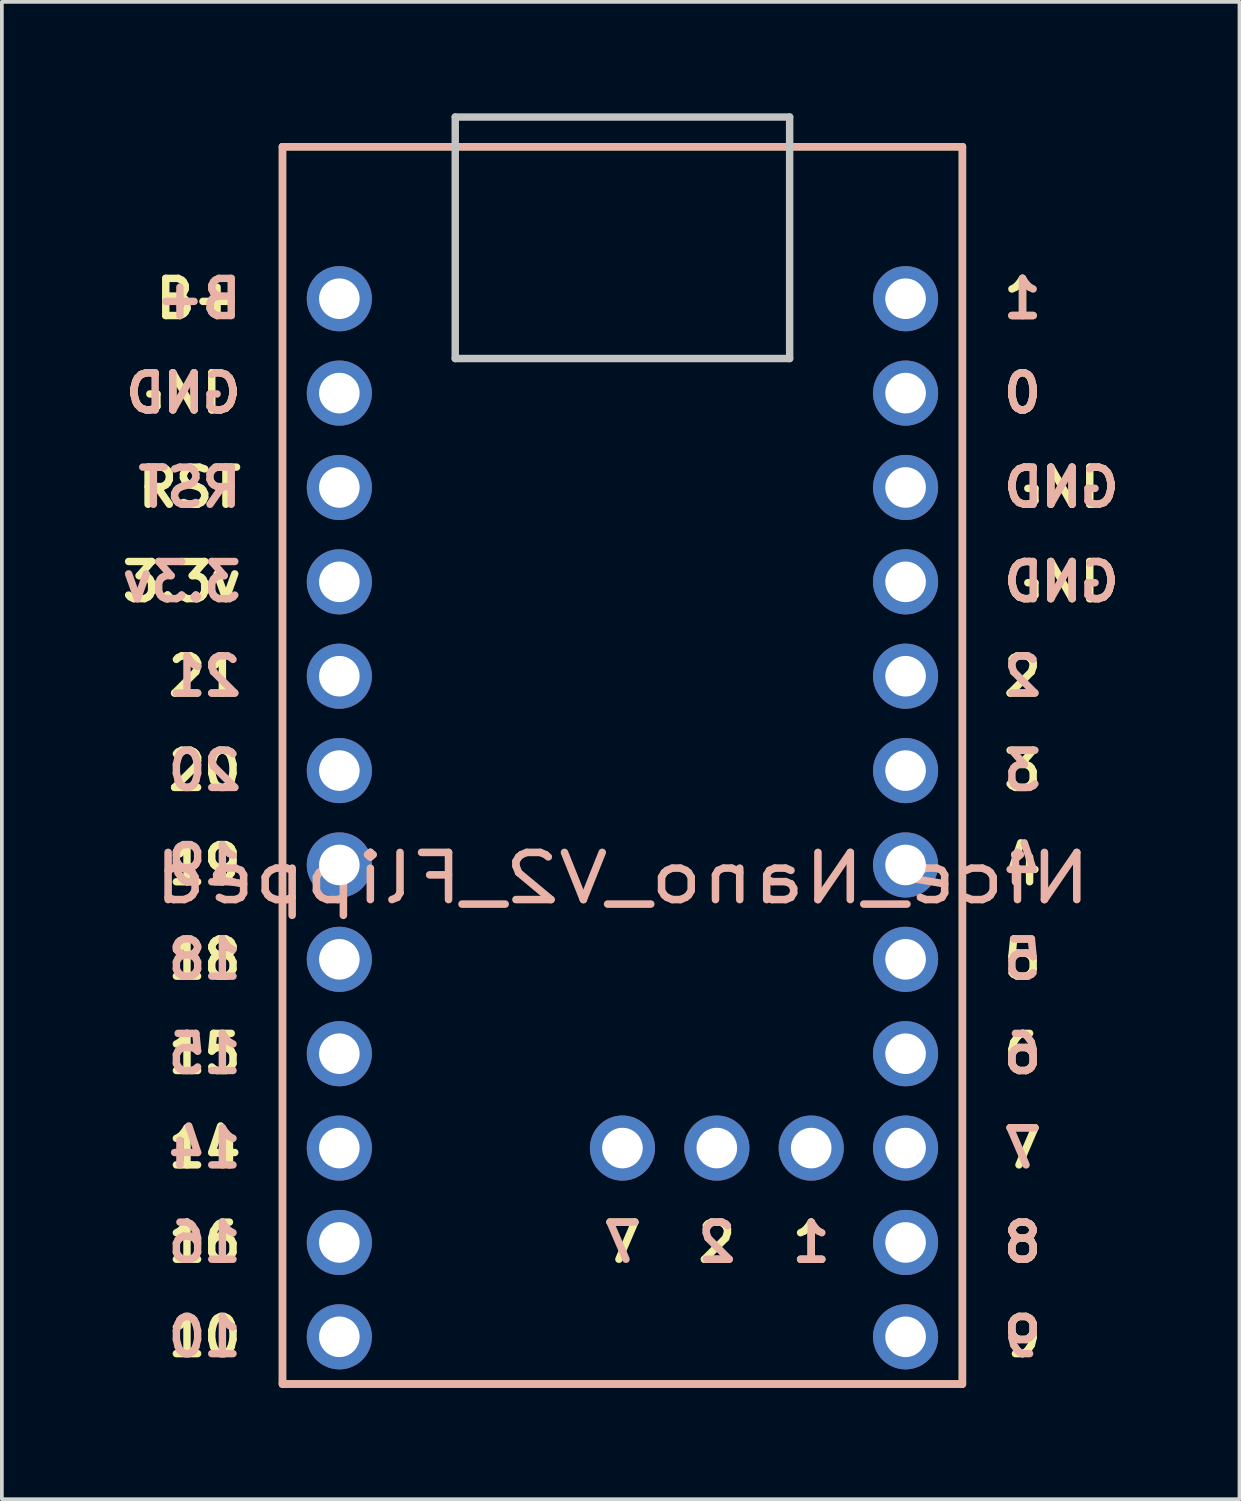
<source format=kicad_pcb>
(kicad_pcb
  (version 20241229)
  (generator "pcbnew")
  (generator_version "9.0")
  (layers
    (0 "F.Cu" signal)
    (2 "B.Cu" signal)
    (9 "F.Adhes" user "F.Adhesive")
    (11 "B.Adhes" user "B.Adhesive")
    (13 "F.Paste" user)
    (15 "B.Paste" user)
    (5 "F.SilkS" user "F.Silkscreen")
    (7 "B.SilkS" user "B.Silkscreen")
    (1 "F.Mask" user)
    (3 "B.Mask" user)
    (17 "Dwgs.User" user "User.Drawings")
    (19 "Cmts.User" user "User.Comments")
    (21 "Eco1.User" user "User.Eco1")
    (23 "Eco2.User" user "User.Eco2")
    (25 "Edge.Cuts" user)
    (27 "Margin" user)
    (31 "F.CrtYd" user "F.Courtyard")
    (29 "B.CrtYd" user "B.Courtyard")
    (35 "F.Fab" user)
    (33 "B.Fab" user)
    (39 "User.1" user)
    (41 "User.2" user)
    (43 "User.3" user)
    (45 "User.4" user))
  (footprint "Nice_Nano_V2_Flipped"
    (layer "F.Cu")
    (at 13.703 18.96)
    (property "Reference" "Nice_Nano_V2_Flipped" (at 0 1.625 0) (layer "B.SilkS") (effects (font (size 1.27 1.524) (thickness 0.203)) (justify mirror)))
    (attr through_hole)
    (fp_line (start -9.15 -18.06) (end -9.15 15.24) (stroke (width 0.2) (type default)) (layer "F.SilkS"))
    (fp_line (start 9.15 -18.06) (end -9.15 -18.06) (stroke (width 0.2) (type solid)) (layer "F.SilkS"))
    (fp_line (start 9.15 -18.06) (end 9.15 15.24) (stroke (width 0.2) (type default)) (layer "F.SilkS"))
    (fp_line (start 9.15 15.24) (end -9.15 15.24) (stroke (width 0.2) (type solid)) (layer "F.SilkS"))
    (fp_line (start -9.15 15.24) (end -9.15 -18.06) (stroke (width 0.2) (type default)) (layer "B.SilkS"))
    (fp_line (start 9.15 -18.06) (end -9.15 -18.06) (stroke (width 0.2) (type solid)) (layer "B.SilkS"))
    (fp_line (start 9.15 15.24) (end -9.15 15.24) (stroke (width 0.2) (type solid)) (layer "B.SilkS"))
    (fp_line (start 9.15 15.24) (end 9.15 -18.06) (stroke (width 0.2) (type default)) (layer "B.SilkS"))
    (fp_line (start -4.5 -18.86) (end 4.5 -18.86) (stroke (width 0.2) (type default)) (layer "Dwgs.User"))
    (fp_line (start -4.5 -12.36) (end -4.5 -18.86) (stroke (width 0.2) (type default)) (layer "Dwgs.User"))
    (fp_line (start -4.5 -12.36) (end 4.5 -12.36) (stroke (width 0.2) (type default)) (layer "Dwgs.User"))
    (fp_line (start 4.5 -12.36) (end 4.5 -18.86) (stroke (width 0.2) (type default)) (layer "Dwgs.User"))
    (fp_text user "7" (at 0 11.43 0) (unlocked yes) (layer "F.SilkS") (effects (font (size 1 1) (thickness 0.2) (bold yes))))
    (fp_text user "18" (at -10.16 3.81 0) (unlocked yes) (layer "F.SilkS") (effects (font (size 1 1) (thickness 0.2) (bold yes)) (justify right)))
    (fp_text user "4" (at 10.16 1.27 0) (unlocked yes) (layer "F.SilkS") (effects (font (size 1 1) (thickness 0.2) (bold yes)) (justify left)))
    (fp_text user "6" (at 10.16 6.35 0) (unlocked yes) (layer "F.SilkS") (effects (font (size 1 1) (thickness 0.2) (bold yes)) (justify left)))
    (fp_text user "RST" (at -10.16 -8.89 0) (unlocked yes) (layer "F.SilkS") (effects (font (size 1 1) (thickness 0.2) (bold yes)) (justify right)))
    (fp_text user "5" (at 10.16 3.81 0) (unlocked yes) (layer "F.SilkS") (effects (font (size 1 1) (thickness 0.2) (bold yes)) (justify left)))
    (fp_text user "20" (at -10.16 -1.27 0) (unlocked yes) (layer "F.SilkS") (effects (font (size 1 1) (thickness 0.2) (bold yes)) (justify right)))
    (fp_text user "8" (at 10.16 11.43 0) (unlocked yes) (layer "F.SilkS") (effects (font (size 1 1) (thickness 0.2) (bold yes)) (justify left)))
    (fp_text user "B+" (at -10.16 -13.97 0) (unlocked yes) (layer "F.SilkS") (effects (font (size 1 1) (thickness 0.2) (bold yes)) (justify right)))
    (fp_text user "GND" (at 10.16 -6.35 0) (unlocked yes) (layer "F.SilkS") (effects (font (size 1 1) (thickness 0.2) (bold yes)) (justify left)))
    (fp_text user "0" (at 10.16 -11.43 0) (unlocked yes) (layer "F.SilkS") (effects (font (size 1 1) (thickness 0.2) (bold yes)) (justify left)))
    (fp_text user "14" (at -10.16 8.89 0) (unlocked yes) (layer "F.SilkS") (effects (font (size 1 1) (thickness 0.2) (bold yes)) (justify right)))
    (fp_text user "10" (at -10.16 13.97 0) (unlocked yes) (layer "F.SilkS") (effects (font (size 1 1) (thickness 0.2) (bold yes)) (justify right)))
    (fp_text user "2" (at 2.54 11.43 0) (unlocked yes) (layer "F.SilkS") (effects (font (size 1 1) (thickness 0.2) (bold yes))))
    (fp_text user "3.3v" (at -10.16 -6.35 0) (unlocked yes) (layer "F.SilkS") (effects (font (size 1 1) (thickness 0.2) (bold yes)) (justify right)))
    (fp_text user "2" (at 10.16 -3.81 0) (unlocked yes) (layer "F.SilkS") (effects (font (size 1 1) (thickness 0.2) (bold yes)) (justify left)))
    (fp_text user "7" (at 10.16 8.89 0) (unlocked yes) (layer "F.SilkS") (effects (font (size 1 1) (thickness 0.2) (bold yes)) (justify left)))
    (fp_text user "15" (at -10.16 6.35 0) (unlocked yes) (layer "F.SilkS") (effects (font (size 1 1) (thickness 0.2) (bold yes)) (justify right)))
    (fp_text user "19" (at -10.16 1.27 0) (unlocked yes) (layer "F.SilkS") (effects (font (size 1 1) (thickness 0.2) (bold yes)) (justify right)))
    (fp_text user "16" (at -10.16 11.43 0) (unlocked yes) (layer "F.SilkS") (effects (font (size 1 1) (thickness 0.2) (bold yes)) (justify right)))
    (fp_text user "3" (at 10.16 -1.27 0) (unlocked yes) (layer "F.SilkS") (effects (font (size 1 1) (thickness 0.2) (bold yes)) (justify left)))
    (fp_text user "21" (at -10.16 -3.81 0) (unlocked yes) (layer "F.SilkS") (effects (font (size 1 1) (thickness 0.2) (bold yes)) (justify right)))
    (fp_text user "1" (at 10.16 -13.97 0) (unlocked yes) (layer "F.SilkS") (effects (font (size 1 1) (thickness 0.2) (bold yes)) (justify left)))
    (fp_text user "9" (at 10.16 13.97 0) (unlocked yes) (layer "F.SilkS") (effects (font (size 1 1) (thickness 0.2) (bold yes)) (justify left)))
    (fp_text user "1" (at 5.08 11.43 0) (unlocked yes) (layer "F.SilkS") (effects (font (size 1 1) (thickness 0.2) (bold yes))))
    (fp_text user "GND" (at 10.16 -8.89 0) (unlocked yes) (layer "F.SilkS") (effects (font (size 1 1) (thickness 0.2) (bold yes)) (justify left)))
    (fp_text user "GND" (at -10.16 -11.43 0) (unlocked yes) (layer "F.SilkS") (effects (font (size 1 1) (thickness 0.2) (bold yes)) (justify right)))
    (fp_text user "15" (at -10.16 6.35 0) (unlocked yes) (layer "B.SilkS") (effects (font (size 1 1) (thickness 0.2) (bold yes)) (justify left mirror)))
    (fp_text user "B+" (at -10.16 -13.97 0) (unlocked yes) (layer "B.SilkS") (effects (font (size 1 1) (thickness 0.2) (bold yes)) (justify left mirror)))
    (fp_text user "6" (at 10.16 6.35 0) (unlocked yes) (layer "B.SilkS") (effects (font (size 1 1) (thickness 0.2) (bold yes)) (justify right mirror)))
    (fp_text user "3.3v" (at -10.16 -6.35 0) (unlocked yes) (layer "B.SilkS") (effects (font (size 1 1) (thickness 0.2) (bold yes)) (justify left mirror)))
    (fp_text user "4" (at 10.16 1.27 0) (unlocked yes) (layer "B.SilkS") (effects (font (size 1 1) (thickness 0.2) (bold yes)) (justify right mirror)))
    (fp_text user "20" (at -10.16 -1.27 0) (unlocked yes) (layer "B.SilkS") (effects (font (size 1 1) (thickness 0.2) (bold yes)) (justify left mirror)))
    (fp_text user "1" (at 5.08 11.43 0) (unlocked yes) (layer "B.SilkS") (effects (font (size 1 1) (thickness 0.2) (bold yes)) (justify mirror)))
    (fp_text user "1" (at 10.16 -13.97 0) (unlocked yes) (layer "B.SilkS") (effects (font (size 1 1) (thickness 0.2) (bold yes)) (justify right mirror)))
    (fp_text user "14" (at -10.16 8.89 0) (unlocked yes) (layer "B.SilkS") (effects (font (size 1 1) (thickness 0.2) (bold yes)) (justify left mirror)))
    (fp_text user "2" (at 10.16 -3.81 0) (unlocked yes) (layer "B.SilkS") (effects (font (size 1 1) (thickness 0.2) (bold yes)) (justify right mirror)))
    (fp_text user "18" (at -10.16 3.81 0) (unlocked yes) (layer "B.SilkS") (effects (font (size 1 1) (thickness 0.2) (bold yes)) (justify left mirror)))
    (fp_text user "2" (at 2.54 11.43 0) (unlocked yes) (layer "B.SilkS") (effects (font (size 1 1) (thickness 0.2) (bold yes)) (justify mirror)))
    (fp_text user "GND" (at 10.16 -6.35 0) (unlocked yes) (layer "B.SilkS") (effects (font (size 1 1) (thickness 0.2) (bold yes)) (justify right mirror)))
    (fp_text user "7" (at 0 11.43 0) (unlocked yes) (layer "B.SilkS") (effects (font (size 1 1) (thickness 0.2) (bold yes)) (justify mirror)))
    (fp_text user "3" (at 10.16 -1.27 0) (unlocked yes) (layer "B.SilkS") (effects (font (size 1 1) (thickness 0.2) (bold yes)) (justify right mirror)))
    (fp_text user "GND" (at -10.16 -11.43 0) (unlocked yes) (layer "B.SilkS") (effects (font (size 1 1) (thickness 0.2) (bold yes)) (justify left mirror)))
    (fp_text user "7" (at 10.16 8.89 0) (unlocked yes) (layer "B.SilkS") (effects (font (size 1 1) (thickness 0.2) (bold yes)) (justify right mirror)))
    (fp_text user "19" (at -10.16 1.27 0) (unlocked yes) (layer "B.SilkS") (effects (font (size 1 1) (thickness 0.2) (bold yes)) (justify left mirror)))
    (fp_text user "RST" (at -10.16 -8.89 0) (unlocked yes) (layer "B.SilkS") (effects (font (size 1 1) (thickness 0.2) (bold yes)) (justify left mirror)))
    (fp_text user "10" (at -10.16 13.97 0) (unlocked yes) (layer "B.SilkS") (effects (font (size 1 1) (thickness 0.2) (bold yes)) (justify left mirror)))
    (fp_text user "0" (at 10.16 -11.43 0) (unlocked yes) (layer "B.SilkS") (effects (font (size 1 1) (thickness 0.2) (bold yes)) (justify right mirror)))
    (fp_text user "16" (at -10.16 11.43 0) (unlocked yes) (layer "B.SilkS") (effects (font (size 1 1) (thickness 0.2) (bold yes)) (justify left mirror)))
    (fp_text user "GND" (at 10.16 -8.89 0) (unlocked yes) (layer "B.SilkS") (effects (font (size 1 1) (thickness 0.2) (bold yes)) (justify right mirror)))
    (fp_text user "8" (at 10.16 11.43 0) (unlocked yes) (layer "B.SilkS") (effects (font (size 1 1) (thickness 0.2) (bold yes)) (justify right mirror)))
    (fp_text user "5" (at 10.16 3.81 0) (unlocked yes) (layer "B.SilkS") (effects (font (size 1 1) (thickness 0.2) (bold yes)) (justify right mirror)))
    (fp_text user "9" (at 10.16 13.97 0) (unlocked yes) (layer "B.SilkS") (effects (font (size 1 1) (thickness 0.2) (bold yes)) (justify right mirror)))
    (fp_text user "21" (at -10.16 -3.81 0) (unlocked yes) (layer "B.SilkS") (effects (font (size 1 1) (thickness 0.2) (bold yes)) (justify left mirror)))
    (pad "1" thru_hole circle (at 7.62 -13.97 90) (size 1.753 1.753) (drill 1.092) (layers "*.Cu" "*.Mask"))
    (pad "2" thru_hole circle (at 7.62 -11.43 90) (size 1.753 1.753) (drill 1.092) (layers "*.Cu" "*.Mask"))
    (pad "3" thru_hole circle (at 7.62 -8.89 90) (size 1.753 1.753) (drill 1.092) (layers "*.Cu" "*.Mask"))
    (pad "4" thru_hole circle (at 7.62 -6.35 90) (size 1.753 1.753) (drill 1.092) (layers "*.Cu" "*.Mask"))
    (pad "5" thru_hole circle (at 7.62 -3.81 90) (size 1.753 1.753) (drill 1.092) (layers "*.Cu" "*.Mask"))
    (pad "6" thru_hole circle (at 7.62 -1.27 90) (size 1.753 1.753) (drill 1.092) (layers "*.Cu" "*.Mask"))
    (pad "7" thru_hole circle (at 7.62 1.27 90) (size 1.753 1.753) (drill 1.092) (layers "*.Cu" "*.Mask"))
    (pad "8" thru_hole circle (at 7.62 3.81 90) (size 1.753 1.753) (drill 1.092) (layers "*.Cu" "*.Mask"))
    (pad "9" thru_hole circle (at 7.62 6.35 90) (size 1.753 1.753) (drill 1.092) (layers "*.Cu" "*.Mask"))
    (pad "10" thru_hole circle (at 7.62 8.89 90) (size 1.753 1.753) (drill 1.092) (layers "*.Cu" "*.Mask"))
    (pad "11" thru_hole circle (at 7.62 11.43 90) (size 1.753 1.753) (drill 1.092) (layers "*.Cu" "*.Mask"))
    (pad "12" thru_hole circle (at 7.62 13.97 90) (size 1.753 1.753) (drill 1.092) (layers "*.Cu" "*.Mask"))
    (pad "13" thru_hole circle (at -7.62 13.97 90) (size 1.753 1.753) (drill 1.092) (layers "*.Cu" "*.Mask"))
    (pad "14" thru_hole circle (at -7.62 11.43 90) (size 1.753 1.753) (drill 1.092) (layers "*.Cu" "*.Mask"))
    (pad "15" thru_hole circle (at -7.62 8.89 90) (size 1.753 1.753) (drill 1.092) (layers "*.Cu" "*.Mask"))
    (pad "16" thru_hole circle (at -7.62 6.35 90) (size 1.753 1.753) (drill 1.092) (layers "*.Cu" "*.Mask"))
    (pad "17" thru_hole circle (at -7.62 3.81 90) (size 1.753 1.753) (drill 1.092) (layers "*.Cu" "*.Mask"))
    (pad "18" thru_hole circle (at -7.62 1.27 90) (size 1.753 1.753) (drill 1.092) (layers "*.Cu" "*.Mask"))
    (pad "19" thru_hole circle (at -7.62 -1.27 90) (size 1.753 1.753) (drill 1.092) (layers "*.Cu" "*.Mask"))
    (pad "20" thru_hole circle (at -7.62 -3.81 90) (size 1.753 1.753) (drill 1.092) (layers "*.Cu" "*.Mask"))
    (pad "21" thru_hole circle (at -7.62 -6.35 90) (size 1.753 1.753) (drill 1.092) (layers "*.Cu" "*.Mask"))
    (pad "22" thru_hole circle (at -7.62 -8.89 90) (size 1.753 1.753) (drill 1.092) (layers "*.Cu" "*.Mask"))
    (pad "23" thru_hole circle (at -7.62 -11.43 90) (size 1.753 1.753) (drill 1.092) (layers "*.Cu" "*.Mask"))
    (pad "24" thru_hole circle (at -7.62 -13.97 90) (size 1.753 1.753) (drill 1.092) (layers "*.Cu" "*.Mask"))
    (pad "25" thru_hole circle (at 5.08 8.89) (size 1.753 1.753) (drill 1.092) (layers "*.Cu" "*.Mask"))
    (pad "26" thru_hole circle (at 2.54 8.89) (size 1.753 1.753) (drill 1.092) (layers "*.Cu" "*.Mask"))
    (pad "27" thru_hole circle (at 0 8.89) (size 1.753 1.753) (drill 1.092) (layers "*.Cu" "*.Mask")))
  (gr_rect
    (start -3 -3)
    (end 30.31 37.3)
    (stroke (width 0.1) (type default))
    (fill no)
    (layer "Edge.Cuts")))
</source>
